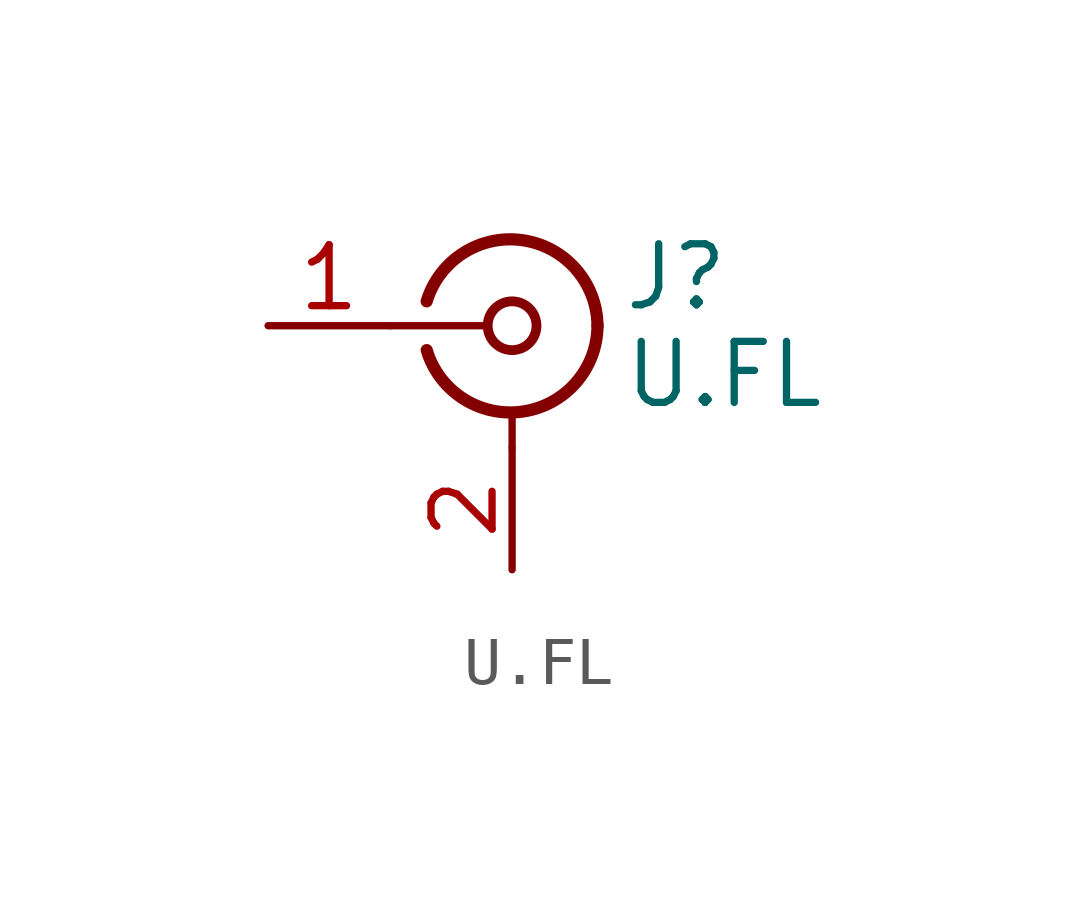
<source format=kicad_sym>
(kicad_symbol_lib
  (version 20200126)
  (host kicad_symbol_editor "(5.99.0-2251-g5226d6b4d)")
  (symbol "U.FL:U.FL"
    (pin_names hide)
    (property "Reference" "J"
      (at 2.286 1.016 0)
      (effects (font (size 1.27 1.27)) (justify left)))
    (property "Value" "U.FL"
      (at 2.286 -1.016 0)
      (effects (font (size 1.27 1.27)) (justify left)))
    (symbol "U.FL_0_1"
      (arc (start -1.778 0.508) (end 1.778 0) (radius (at -0.0508 0) (length 1.8034) (angles 163.6 0)) (stroke (width 0.254)) (fill (type none)))
      (arc (start 1.778 0) (end -1.778 -0.508) (radius (at -0.0254 0) (length 1.8034) (angles 0 -163.8)) (stroke (width 0.254)) (fill (type none)))
      (circle (center 0 0) (radius 0.508) (stroke (width 0.203)) (fill (type none)))
      (polyline (pts (xy -2.54 0) (xy -0.508 0)) (stroke (width 0)) (fill (type none)))
      (polyline (pts (xy 0 -2.54) (xy 0 -1.778)) (stroke (width 0)) (fill (type none))))
    (symbol "U.FL_1_1"
      (pin passive line (at -5.08 0 0) (length 2.54) (name "In" (effects (font (size 1.27 1.27)))) (number "1" (effects (font (size 1.27 1.27)))))
      (pin passive line (at 0 -5.08 90) (length 2.54) (name "Ext" (effects (font (size 1.27 1.27)))) (number "2" (effects (font (size 1.27 1.27))))))))
</source>
